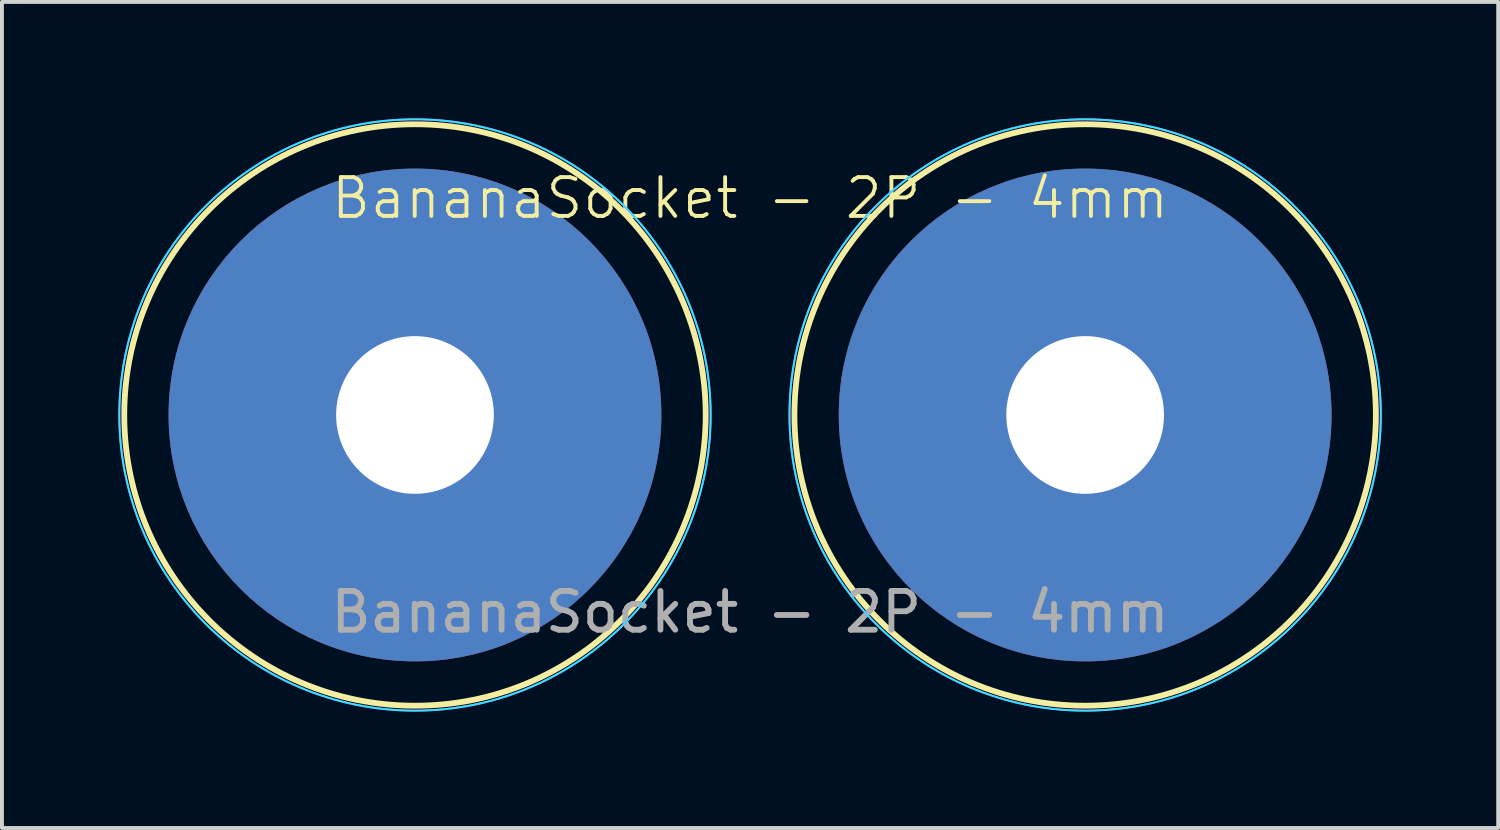
<source format=kicad_pcb>
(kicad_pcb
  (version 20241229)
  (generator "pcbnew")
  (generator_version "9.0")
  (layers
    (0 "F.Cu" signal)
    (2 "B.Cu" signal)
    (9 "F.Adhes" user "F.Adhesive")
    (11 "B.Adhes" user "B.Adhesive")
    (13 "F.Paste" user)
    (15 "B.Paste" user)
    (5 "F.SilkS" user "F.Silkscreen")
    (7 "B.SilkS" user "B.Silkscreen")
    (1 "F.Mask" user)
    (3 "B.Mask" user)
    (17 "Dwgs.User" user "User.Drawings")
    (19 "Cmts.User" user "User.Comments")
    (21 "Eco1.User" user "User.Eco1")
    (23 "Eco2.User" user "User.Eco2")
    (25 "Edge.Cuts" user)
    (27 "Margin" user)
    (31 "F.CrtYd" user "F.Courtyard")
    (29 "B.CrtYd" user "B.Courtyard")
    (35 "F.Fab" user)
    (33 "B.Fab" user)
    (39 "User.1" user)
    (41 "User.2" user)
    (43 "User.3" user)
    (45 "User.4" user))
  (footprint "BananaSocket - 2P - 4mm"
    (layer "F.Cu")
    (at 16.281 7.645)
    (property "Reference" "BananaSocket - 2P - 4mm" (at 0 -5.588 0) (unlocked yes) (layer "F.SilkS") (effects (font (size 1 1) (thickness 0.1))))
    (attr smd)
    (fp_circle (center -8.636 0) (end -1.143 0) (stroke (width 0.15) (type solid)) (fill no) (layer "F.SilkS"))
    (fp_circle (center 8.636 0) (end 16.129 0) (stroke (width 0.15) (type solid)) (fill no) (layer "F.SilkS"))
    (fp_circle (center -8.636 0) (end -1.016 0) (stroke (width 0.05) (type solid)) (fill no) (layer "B.CrtYd"))
    (fp_circle (center 8.636 0) (end 16.256 0) (stroke (width 0.05) (type solid)) (fill no) (layer "B.CrtYd"))
    (fp_circle (center -8.636 0) (end -1.016 0) (stroke (width 0.05) (type solid)) (fill no) (layer "F.CrtYd"))
    (fp_circle (center 8.636 0) (end 16.256 0) (stroke (width 0.05) (type solid)) (fill no) (layer "F.CrtYd"))
    (fp_text user "${REFERENCE}" (at 0 5.08 0) (unlocked yes) (layer "F.Fab") (effects (font (size 1 1) (thickness 0.15))))
    (pad "1" thru_hole circle (at -8.636 0) (size 12.7 12.7) (drill 4.064) (layers "*.Cu" "*.Mask"))
    (pad "2" thru_hole circle (at 8.636 0) (size 12.7 12.7) (drill 4.064) (layers "*.Cu" "*.Mask")))
  (gr_rect
    (start -3 -3)
    (end 35.562 18.29)
    (stroke (width 0.1) (type default))
    (fill no)
    (layer "Edge.Cuts")))
</source>
